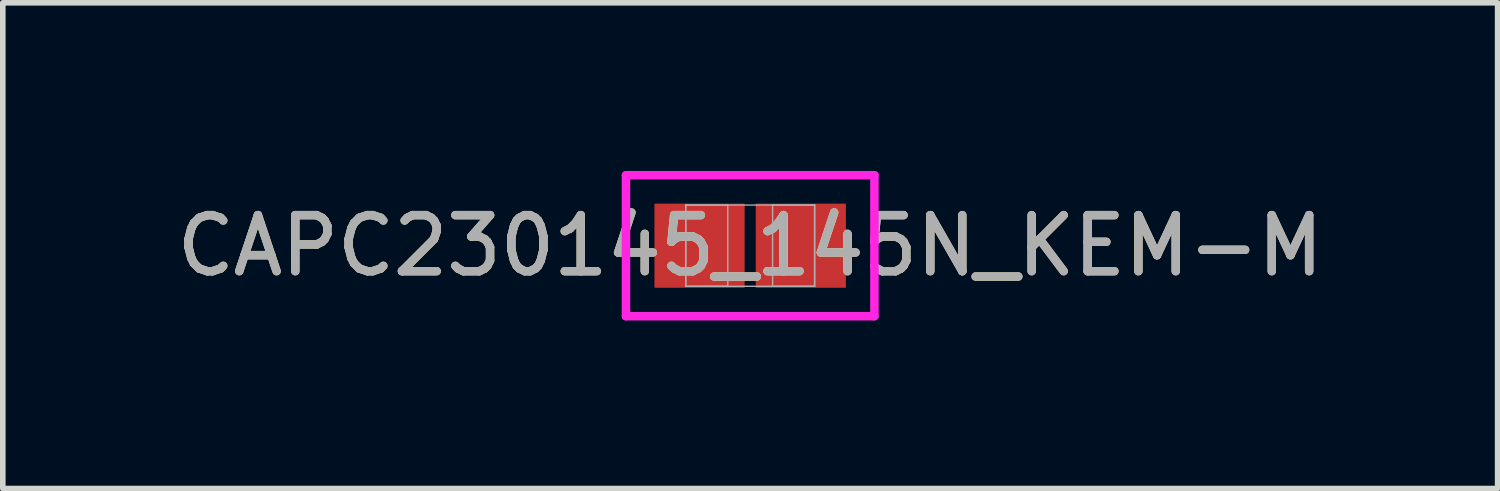
<source format=kicad_pcb>
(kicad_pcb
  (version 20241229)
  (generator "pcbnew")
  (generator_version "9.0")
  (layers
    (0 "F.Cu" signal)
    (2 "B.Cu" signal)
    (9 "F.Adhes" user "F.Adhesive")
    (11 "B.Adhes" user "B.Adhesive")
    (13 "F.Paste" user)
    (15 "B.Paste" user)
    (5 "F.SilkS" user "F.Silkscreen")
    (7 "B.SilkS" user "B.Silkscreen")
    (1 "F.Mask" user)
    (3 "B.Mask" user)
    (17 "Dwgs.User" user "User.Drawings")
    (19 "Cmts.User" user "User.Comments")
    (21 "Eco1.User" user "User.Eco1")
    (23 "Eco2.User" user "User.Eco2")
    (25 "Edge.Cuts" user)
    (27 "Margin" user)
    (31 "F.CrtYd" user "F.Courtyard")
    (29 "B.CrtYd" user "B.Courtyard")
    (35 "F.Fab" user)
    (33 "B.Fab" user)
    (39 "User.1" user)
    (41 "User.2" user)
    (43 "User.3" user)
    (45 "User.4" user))
  (footprint "CAPC230145_145N_KEM-M"
    (layer "F.Cu")
    (at 10.339 1.335)
    (property "Reference" "CAPC230145_145N_KEM-M" (at 0 0 0) (unlocked yes) (layer "F.SilkS") (effects (font (size 1 1) (thickness 0.15))))
    (attr smd)
    (fp_line (start -2.217 -1.258) (end 2.217 -1.258) (stroke (width 0.152) (type solid)) (layer "F.CrtYd"))
    (fp_line (start -2.217 1.258) (end -2.217 -1.258) (stroke (width 0.152) (type solid)) (layer "F.CrtYd"))
    (fp_line (start 2.217 -1.258) (end 2.217 1.258) (stroke (width 0.152) (type solid)) (layer "F.CrtYd"))
    (fp_line (start 2.217 1.258) (end -2.217 1.258) (stroke (width 0.152) (type solid)) (layer "F.CrtYd"))
    (fp_line (start -1.15 -0.725) (end -1.15 0.725) (stroke (width 0.025) (type solid)) (layer "F.Fab"))
    (fp_line (start -1.15 -0.725) (end -1.15 0.725) (stroke (width 0.025) (type solid)) (layer "F.Fab"))
    (fp_line (start -1.15 0.725) (end -0.4 0.725) (stroke (width 0.025) (type solid)) (layer "F.Fab"))
    (fp_line (start -1.15 0.725) (end 1.15 0.725) (stroke (width 0.025) (type solid)) (layer "F.Fab"))
    (fp_line (start -0.4 -0.725) (end -1.15 -0.725) (stroke (width 0.025) (type solid)) (layer "F.Fab"))
    (fp_line (start -0.4 0.725) (end -0.4 -0.725) (stroke (width 0.025) (type solid)) (layer "F.Fab"))
    (fp_line (start 0.4 -0.725) (end 0.4 0.725) (stroke (width 0.025) (type solid)) (layer "F.Fab"))
    (fp_line (start 0.4 0.725) (end 1.15 0.725) (stroke (width 0.025) (type solid)) (layer "F.Fab"))
    (fp_line (start 1.15 -0.725) (end -1.15 -0.725) (stroke (width 0.025) (type solid)) (layer "F.Fab"))
    (fp_line (start 1.15 -0.725) (end 0.4 -0.725) (stroke (width 0.025) (type solid)) (layer "F.Fab"))
    (fp_line (start 1.15 0.725) (end 1.15 -0.725) (stroke (width 0.025) (type solid)) (layer "F.Fab"))
    (fp_line (start 1.15 0.725) (end 1.15 -0.725) (stroke (width 0.025) (type solid)) (layer "F.Fab"))
    (fp_text user "${REFERENCE}" (at 0 0 0) (unlocked yes) (layer "F.Fab") (effects (font (size 1 1) (thickness 0.15))))
    (pad "1" smd rect (at -0.904 0) (size 1.609 1.501) (layers "F.Cu" "F.Mask" "F.Paste"))
    (pad "2" smd rect (at 0.904 0) (size 1.609 1.501) (layers "F.Cu" "F.Mask" "F.Paste"))
    (zone (net_name "") (layer "F.Cu") (hatch full 0.508) (connect_pads) (min_thickness 0.254) (filled_areas_thickness no) (keepout (tracks not_allowed) (vias not_allowed) (pads allowed) (copperpour not_allowed) (footprints allowed)) (placement (enabled no)) (fill) (polygon (pts (xy 10.29 0.66) (xy 10.388 0.66) (xy 10.388 2.009) (xy 10.29 2.009)))))
  (gr_rect
    (start -3 -3)
    (end 23.679 5.669)
    (stroke (width 0.1) (type default))
    (fill no)
    (layer "Edge.Cuts")))
</source>
